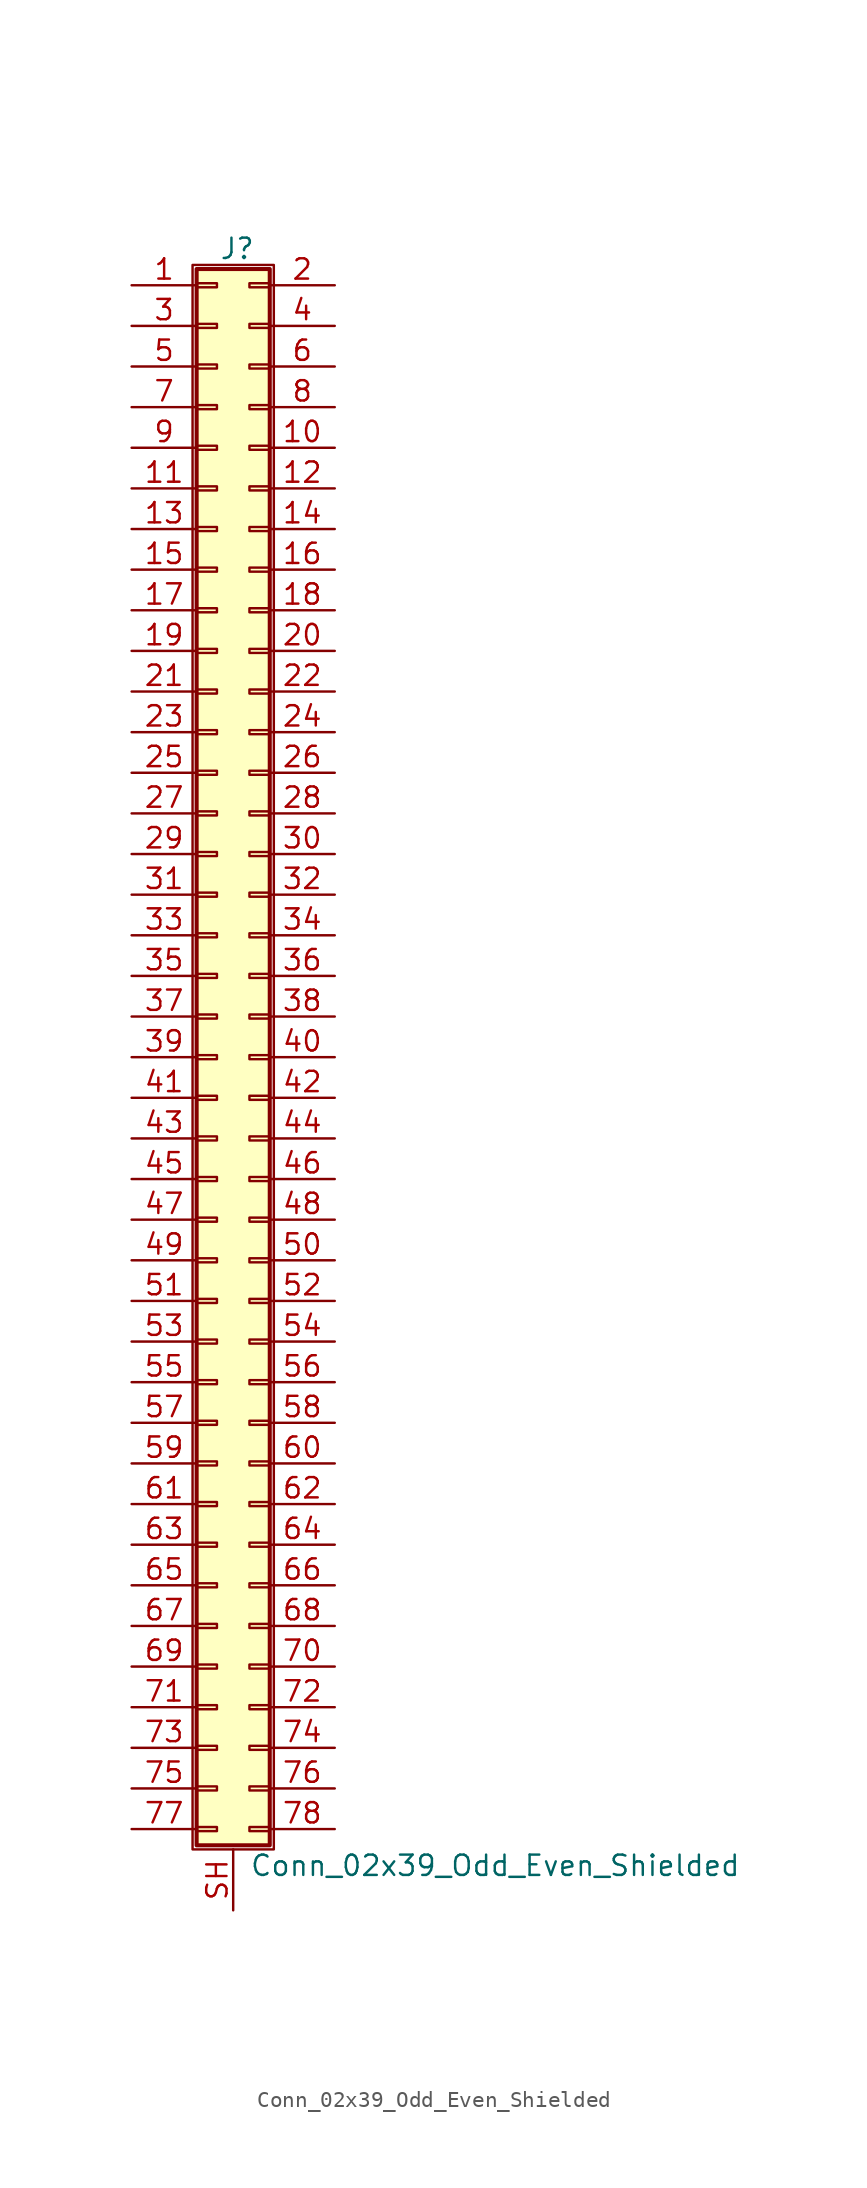
<source format=kicad_sym>
(kicad_symbol_lib
  (version 20201005)
  (generator kicad_symbol_editor)
  (symbol "Conn_02x39_Odd_Even_Shielded"
    (pin_names
      (offset 1.016) hide)
    (property "Reference" "J"
      (at 1.524 50.546 0)
      (effects (font (size 1.27 1.27))))
    (property "Value" "Conn_02x39_Odd_Even_Shielded"
      (at 2.286 -50.546 0)
      (effects (font (size 1.27 1.27)) (justify left)))
    (symbol "Conn_02x39_Odd_Even_Shielded_1_1"
      (rectangle (start -1.27 49.53) (end 3.81 -49.53) (stroke (width 0.152)) (fill (type none)))
      (rectangle (start -1.016 -48.133) (end 0.254 -48.387) (stroke (width 0.152)) (fill (type none)))
      (rectangle (start -1.016 -45.593) (end 0.254 -45.847) (stroke (width 0.152)) (fill (type none)))
      (rectangle (start -1.016 -43.053) (end 0.254 -43.307) (stroke (width 0.152)) (fill (type none)))
      (rectangle (start -1.016 -40.513) (end 0.254 -40.767) (stroke (width 0.152)) (fill (type none)))
      (rectangle (start -1.016 -37.973) (end 0.254 -38.227) (stroke (width 0.152)) (fill (type none)))
      (rectangle (start -1.016 -35.433) (end 0.254 -35.687) (stroke (width 0.152)) (fill (type none)))
      (rectangle (start -1.016 -32.893) (end 0.254 -33.147) (stroke (width 0.152)) (fill (type none)))
      (rectangle (start -1.016 -30.353) (end 0.254 -30.607) (stroke (width 0.152)) (fill (type none)))
      (rectangle (start -1.016 -27.813) (end 0.254 -28.067) (stroke (width 0.152)) (fill (type none)))
      (rectangle (start -1.016 -25.273) (end 0.254 -25.527) (stroke (width 0.152)) (fill (type none)))
      (rectangle (start -1.016 -22.733) (end 0.254 -22.987) (stroke (width 0.152)) (fill (type none)))
      (rectangle (start -1.016 -20.193) (end 0.254 -20.447) (stroke (width 0.152)) (fill (type none)))
      (rectangle (start -1.016 -17.653) (end 0.254 -17.907) (stroke (width 0.152)) (fill (type none)))
      (rectangle (start -1.016 -15.113) (end 0.254 -15.367) (stroke (width 0.152)) (fill (type none)))
      (rectangle (start -1.016 -12.573) (end 0.254 -12.827) (stroke (width 0.152)) (fill (type none)))
      (rectangle (start -1.016 -10.033) (end 0.254 -10.287) (stroke (width 0.152)) (fill (type none)))
      (rectangle (start -1.016 -7.493) (end 0.254 -7.747) (stroke (width 0.152)) (fill (type none)))
      (rectangle (start -1.016 -4.953) (end 0.254 -5.207) (stroke (width 0.152)) (fill (type none)))
      (rectangle (start -1.016 -2.413) (end 0.254 -2.667) (stroke (width 0.152)) (fill (type none)))
      (rectangle (start -1.016 0.127) (end 0.254 -0.127) (stroke (width 0.152)) (fill (type none)))
      (rectangle (start -1.016 2.667) (end 0.254 2.413) (stroke (width 0.152)) (fill (type none)))
      (rectangle (start -1.016 5.207) (end 0.254 4.953) (stroke (width 0.152)) (fill (type none)))
      (rectangle (start -1.016 7.747) (end 0.254 7.493) (stroke (width 0.152)) (fill (type none)))
      (rectangle (start -1.016 10.287) (end 0.254 10.033) (stroke (width 0.152)) (fill (type none)))
      (rectangle (start -1.016 12.827) (end 0.254 12.573) (stroke (width 0.152)) (fill (type none)))
      (rectangle (start -1.016 15.367) (end 0.254 15.113) (stroke (width 0.152)) (fill (type none)))
      (rectangle (start -1.016 17.907) (end 0.254 17.653) (stroke (width 0.152)) (fill (type none)))
      (rectangle (start -1.016 20.447) (end 0.254 20.193) (stroke (width 0.152)) (fill (type none)))
      (rectangle (start -1.016 22.987) (end 0.254 22.733) (stroke (width 0.152)) (fill (type none)))
      (rectangle (start -1.016 25.527) (end 0.254 25.273) (stroke (width 0.152)) (fill (type none)))
      (rectangle (start -1.016 28.067) (end 0.254 27.813) (stroke (width 0.152)) (fill (type none)))
      (rectangle (start -1.016 30.607) (end 0.254 30.353) (stroke (width 0.152)) (fill (type none)))
      (rectangle (start -1.016 33.147) (end 0.254 32.893) (stroke (width 0.152)) (fill (type none)))
      (rectangle (start -1.016 35.687) (end 0.254 35.433) (stroke (width 0.152)) (fill (type none)))
      (rectangle (start -1.016 38.227) (end 0.254 37.973) (stroke (width 0.152)) (fill (type none)))
      (rectangle (start -1.016 40.767) (end 0.254 40.513) (stroke (width 0.152)) (fill (type none)))
      (rectangle (start -1.016 43.307) (end 0.254 43.053) (stroke (width 0.152)) (fill (type none)))
      (rectangle (start -1.016 45.847) (end 0.254 45.593) (stroke (width 0.152)) (fill (type none)))
      (rectangle (start -1.016 48.387) (end 0.254 48.133) (stroke (width 0.152)) (fill (type none)))
      (rectangle (start -1.016 49.276) (end 3.556 -49.276) (stroke (width 0.254)) (fill (type background)))
      (rectangle (start 3.556 -48.133) (end 2.286 -48.387) (stroke (width 0.152)) (fill (type none)))
      (rectangle (start 3.556 -45.593) (end 2.286 -45.847) (stroke (width 0.152)) (fill (type none)))
      (rectangle (start 3.556 -43.053) (end 2.286 -43.307) (stroke (width 0.152)) (fill (type none)))
      (rectangle (start 3.556 -40.513) (end 2.286 -40.767) (stroke (width 0.152)) (fill (type none)))
      (rectangle (start 3.556 -37.973) (end 2.286 -38.227) (stroke (width 0.152)) (fill (type none)))
      (rectangle (start 3.556 -35.433) (end 2.286 -35.687) (stroke (width 0.152)) (fill (type none)))
      (rectangle (start 3.556 -32.893) (end 2.286 -33.147) (stroke (width 0.152)) (fill (type none)))
      (rectangle (start 3.556 -30.353) (end 2.286 -30.607) (stroke (width 0.152)) (fill (type none)))
      (rectangle (start 3.556 -27.813) (end 2.286 -28.067) (stroke (width 0.152)) (fill (type none)))
      (rectangle (start 3.556 -25.273) (end 2.286 -25.527) (stroke (width 0.152)) (fill (type none)))
      (rectangle (start 3.556 -22.733) (end 2.286 -22.987) (stroke (width 0.152)) (fill (type none)))
      (rectangle (start 3.556 -20.193) (end 2.286 -20.447) (stroke (width 0.152)) (fill (type none)))
      (rectangle (start 3.556 -17.653) (end 2.286 -17.907) (stroke (width 0.152)) (fill (type none)))
      (rectangle (start 3.556 -15.113) (end 2.286 -15.367) (stroke (width 0.152)) (fill (type none)))
      (rectangle (start 3.556 -12.573) (end 2.286 -12.827) (stroke (width 0.152)) (fill (type none)))
      (rectangle (start 3.556 -10.033) (end 2.286 -10.287) (stroke (width 0.152)) (fill (type none)))
      (rectangle (start 3.556 -7.493) (end 2.286 -7.747) (stroke (width 0.152)) (fill (type none)))
      (rectangle (start 3.556 -4.953) (end 2.286 -5.207) (stroke (width 0.152)) (fill (type none)))
      (rectangle (start 3.556 -2.413) (end 2.286 -2.667) (stroke (width 0.152)) (fill (type none)))
      (rectangle (start 3.556 0.127) (end 2.286 -0.127) (stroke (width 0.152)) (fill (type none)))
      (rectangle (start 3.556 2.667) (end 2.286 2.413) (stroke (width 0.152)) (fill (type none)))
      (rectangle (start 3.556 5.207) (end 2.286 4.953) (stroke (width 0.152)) (fill (type none)))
      (rectangle (start 3.556 7.747) (end 2.286 7.493) (stroke (width 0.152)) (fill (type none)))
      (rectangle (start 3.556 10.287) (end 2.286 10.033) (stroke (width 0.152)) (fill (type none)))
      (rectangle (start 3.556 12.827) (end 2.286 12.573) (stroke (width 0.152)) (fill (type none)))
      (rectangle (start 3.556 15.367) (end 2.286 15.113) (stroke (width 0.152)) (fill (type none)))
      (rectangle (start 3.556 17.907) (end 2.286 17.653) (stroke (width 0.152)) (fill (type none)))
      (rectangle (start 3.556 20.447) (end 2.286 20.193) (stroke (width 0.152)) (fill (type none)))
      (rectangle (start 3.556 22.987) (end 2.286 22.733) (stroke (width 0.152)) (fill (type none)))
      (rectangle (start 3.556 25.527) (end 2.286 25.273) (stroke (width 0.152)) (fill (type none)))
      (rectangle (start 3.556 28.067) (end 2.286 27.813) (stroke (width 0.152)) (fill (type none)))
      (rectangle (start 3.556 30.607) (end 2.286 30.353) (stroke (width 0.152)) (fill (type none)))
      (rectangle (start 3.556 33.147) (end 2.286 32.893) (stroke (width 0.152)) (fill (type none)))
      (rectangle (start 3.556 35.687) (end 2.286 35.433) (stroke (width 0.152)) (fill (type none)))
      (rectangle (start 3.556 38.227) (end 2.286 37.973) (stroke (width 0.152)) (fill (type none)))
      (rectangle (start 3.556 40.767) (end 2.286 40.513) (stroke (width 0.152)) (fill (type none)))
      (rectangle (start 3.556 43.307) (end 2.286 43.053) (stroke (width 0.152)) (fill (type none)))
      (rectangle (start 3.556 45.847) (end 2.286 45.593) (stroke (width 0.152)) (fill (type none)))
      (rectangle (start 3.556 48.387) (end 2.286 48.133) (stroke (width 0.152)) (fill (type none)))
      (pin passive line (at -5.08 48.26 0) (length 4.064) (name "Pin_1" (effects (font (size 1.27 1.27)))) (number "1" (effects (font (size 1.27 1.27)))))
      (pin passive line (at 7.62 38.1 180) (length 4.064) (name "Pin_10" (effects (font (size 1.27 1.27)))) (number "10" (effects (font (size 1.27 1.27)))))
      (pin passive line (at -5.08 35.56 0) (length 4.064) (name "Pin_11" (effects (font (size 1.27 1.27)))) (number "11" (effects (font (size 1.27 1.27)))))
      (pin passive line (at 7.62 35.56 180) (length 4.064) (name "Pin_12" (effects (font (size 1.27 1.27)))) (number "12" (effects (font (size 1.27 1.27)))))
      (pin passive line (at -5.08 33.02 0) (length 4.064) (name "Pin_13" (effects (font (size 1.27 1.27)))) (number "13" (effects (font (size 1.27 1.27)))))
      (pin passive line (at 7.62 33.02 180) (length 4.064) (name "Pin_14" (effects (font (size 1.27 1.27)))) (number "14" (effects (font (size 1.27 1.27)))))
      (pin passive line (at -5.08 30.48 0) (length 4.064) (name "Pin_15" (effects (font (size 1.27 1.27)))) (number "15" (effects (font (size 1.27 1.27)))))
      (pin passive line (at 7.62 30.48 180) (length 4.064) (name "Pin_16" (effects (font (size 1.27 1.27)))) (number "16" (effects (font (size 1.27 1.27)))))
      (pin passive line (at -5.08 27.94 0) (length 4.064) (name "Pin_17" (effects (font (size 1.27 1.27)))) (number "17" (effects (font (size 1.27 1.27)))))
      (pin passive line (at 7.62 27.94 180) (length 4.064) (name "Pin_18" (effects (font (size 1.27 1.27)))) (number "18" (effects (font (size 1.27 1.27)))))
      (pin passive line (at -5.08 25.4 0) (length 4.064) (name "Pin_19" (effects (font (size 1.27 1.27)))) (number "19" (effects (font (size 1.27 1.27)))))
      (pin passive line (at 7.62 48.26 180) (length 4.064) (name "Pin_2" (effects (font (size 1.27 1.27)))) (number "2" (effects (font (size 1.27 1.27)))))
      (pin passive line (at 7.62 25.4 180) (length 4.064) (name "Pin_20" (effects (font (size 1.27 1.27)))) (number "20" (effects (font (size 1.27 1.27)))))
      (pin passive line (at -5.08 22.86 0) (length 4.064) (name "Pin_21" (effects (font (size 1.27 1.27)))) (number "21" (effects (font (size 1.27 1.27)))))
      (pin passive line (at 7.62 22.86 180) (length 4.064) (name "Pin_22" (effects (font (size 1.27 1.27)))) (number "22" (effects (font (size 1.27 1.27)))))
      (pin passive line (at -5.08 20.32 0) (length 4.064) (name "Pin_23" (effects (font (size 1.27 1.27)))) (number "23" (effects (font (size 1.27 1.27)))))
      (pin passive line (at 7.62 20.32 180) (length 4.064) (name "Pin_24" (effects (font (size 1.27 1.27)))) (number "24" (effects (font (size 1.27 1.27)))))
      (pin passive line (at -5.08 17.78 0) (length 4.064) (name "Pin_25" (effects (font (size 1.27 1.27)))) (number "25" (effects (font (size 1.27 1.27)))))
      (pin passive line (at 7.62 17.78 180) (length 4.064) (name "Pin_26" (effects (font (size 1.27 1.27)))) (number "26" (effects (font (size 1.27 1.27)))))
      (pin passive line (at -5.08 15.24 0) (length 4.064) (name "Pin_27" (effects (font (size 1.27 1.27)))) (number "27" (effects (font (size 1.27 1.27)))))
      (pin passive line (at 7.62 15.24 180) (length 4.064) (name "Pin_28" (effects (font (size 1.27 1.27)))) (number "28" (effects (font (size 1.27 1.27)))))
      (pin passive line (at -5.08 12.7 0) (length 4.064) (name "Pin_29" (effects (font (size 1.27 1.27)))) (number "29" (effects (font (size 1.27 1.27)))))
      (pin passive line (at -5.08 45.72 0) (length 4.064) (name "Pin_3" (effects (font (size 1.27 1.27)))) (number "3" (effects (font (size 1.27 1.27)))))
      (pin passive line (at 7.62 12.7 180) (length 4.064) (name "Pin_30" (effects (font (size 1.27 1.27)))) (number "30" (effects (font (size 1.27 1.27)))))
      (pin passive line (at -5.08 10.16 0) (length 4.064) (name "Pin_31" (effects (font (size 1.27 1.27)))) (number "31" (effects (font (size 1.27 1.27)))))
      (pin passive line (at 7.62 10.16 180) (length 4.064) (name "Pin_32" (effects (font (size 1.27 1.27)))) (number "32" (effects (font (size 1.27 1.27)))))
      (pin passive line (at -5.08 7.62 0) (length 4.064) (name "Pin_33" (effects (font (size 1.27 1.27)))) (number "33" (effects (font (size 1.27 1.27)))))
      (pin passive line (at 7.62 7.62 180) (length 4.064) (name "Pin_34" (effects (font (size 1.27 1.27)))) (number "34" (effects (font (size 1.27 1.27)))))
      (pin passive line (at -5.08 5.08 0) (length 4.064) (name "Pin_35" (effects (font (size 1.27 1.27)))) (number "35" (effects (font (size 1.27 1.27)))))
      (pin passive line (at 7.62 5.08 180) (length 4.064) (name "Pin_36" (effects (font (size 1.27 1.27)))) (number "36" (effects (font (size 1.27 1.27)))))
      (pin passive line (at -5.08 2.54 0) (length 4.064) (name "Pin_37" (effects (font (size 1.27 1.27)))) (number "37" (effects (font (size 1.27 1.27)))))
      (pin passive line (at 7.62 2.54 180) (length 4.064) (name "Pin_38" (effects (font (size 1.27 1.27)))) (number "38" (effects (font (size 1.27 1.27)))))
      (pin passive line (at -5.08 0 0) (length 4.064) (name "Pin_39" (effects (font (size 1.27 1.27)))) (number "39" (effects (font (size 1.27 1.27)))))
      (pin passive line (at 7.62 45.72 180) (length 4.064) (name "Pin_4" (effects (font (size 1.27 1.27)))) (number "4" (effects (font (size 1.27 1.27)))))
      (pin passive line (at 7.62 0 180) (length 4.064) (name "Pin_40" (effects (font (size 1.27 1.27)))) (number "40" (effects (font (size 1.27 1.27)))))
      (pin passive line (at -5.08 -2.54 0) (length 4.064) (name "Pin_41" (effects (font (size 1.27 1.27)))) (number "41" (effects (font (size 1.27 1.27)))))
      (pin passive line (at 7.62 -2.54 180) (length 4.064) (name "Pin_42" (effects (font (size 1.27 1.27)))) (number "42" (effects (font (size 1.27 1.27)))))
      (pin passive line (at -5.08 -5.08 0) (length 4.064) (name "Pin_43" (effects (font (size 1.27 1.27)))) (number "43" (effects (font (size 1.27 1.27)))))
      (pin passive line (at 7.62 -5.08 180) (length 4.064) (name "Pin_44" (effects (font (size 1.27 1.27)))) (number "44" (effects (font (size 1.27 1.27)))))
      (pin passive line (at -5.08 -7.62 0) (length 4.064) (name "Pin_45" (effects (font (size 1.27 1.27)))) (number "45" (effects (font (size 1.27 1.27)))))
      (pin passive line (at 7.62 -7.62 180) (length 4.064) (name "Pin_46" (effects (font (size 1.27 1.27)))) (number "46" (effects (font (size 1.27 1.27)))))
      (pin passive line (at -5.08 -10.16 0) (length 4.064) (name "Pin_47" (effects (font (size 1.27 1.27)))) (number "47" (effects (font (size 1.27 1.27)))))
      (pin passive line (at 7.62 -10.16 180) (length 4.064) (name "Pin_48" (effects (font (size 1.27 1.27)))) (number "48" (effects (font (size 1.27 1.27)))))
      (pin passive line (at -5.08 -12.7 0) (length 4.064) (name "Pin_49" (effects (font (size 1.27 1.27)))) (number "49" (effects (font (size 1.27 1.27)))))
      (pin passive line (at -5.08 43.18 0) (length 4.064) (name "Pin_5" (effects (font (size 1.27 1.27)))) (number "5" (effects (font (size 1.27 1.27)))))
      (pin passive line (at 7.62 -12.7 180) (length 4.064) (name "Pin_50" (effects (font (size 1.27 1.27)))) (number "50" (effects (font (size 1.27 1.27)))))
      (pin passive line (at -5.08 -15.24 0) (length 4.064) (name "Pin_51" (effects (font (size 1.27 1.27)))) (number "51" (effects (font (size 1.27 1.27)))))
      (pin passive line (at 7.62 -15.24 180) (length 4.064) (name "Pin_52" (effects (font (size 1.27 1.27)))) (number "52" (effects (font (size 1.27 1.27)))))
      (pin passive line (at -5.08 -17.78 0) (length 4.064) (name "Pin_53" (effects (font (size 1.27 1.27)))) (number "53" (effects (font (size 1.27 1.27)))))
      (pin passive line (at 7.62 -17.78 180) (length 4.064) (name "Pin_54" (effects (font (size 1.27 1.27)))) (number "54" (effects (font (size 1.27 1.27)))))
      (pin passive line (at -5.08 -20.32 0) (length 4.064) (name "Pin_55" (effects (font (size 1.27 1.27)))) (number "55" (effects (font (size 1.27 1.27)))))
      (pin passive line (at 7.62 -20.32 180) (length 4.064) (name "Pin_56" (effects (font (size 1.27 1.27)))) (number "56" (effects (font (size 1.27 1.27)))))
      (pin passive line (at -5.08 -22.86 0) (length 4.064) (name "Pin_57" (effects (font (size 1.27 1.27)))) (number "57" (effects (font (size 1.27 1.27)))))
      (pin passive line (at 7.62 -22.86 180) (length 4.064) (name "Pin_58" (effects (font (size 1.27 1.27)))) (number "58" (effects (font (size 1.27 1.27)))))
      (pin passive line (at -5.08 -25.4 0) (length 4.064) (name "Pin_59" (effects (font (size 1.27 1.27)))) (number "59" (effects (font (size 1.27 1.27)))))
      (pin passive line (at 7.62 43.18 180) (length 4.064) (name "Pin_6" (effects (font (size 1.27 1.27)))) (number "6" (effects (font (size 1.27 1.27)))))
      (pin passive line (at 7.62 -25.4 180) (length 4.064) (name "Pin_60" (effects (font (size 1.27 1.27)))) (number "60" (effects (font (size 1.27 1.27)))))
      (pin passive line (at -5.08 -27.94 0) (length 4.064) (name "Pin_61" (effects (font (size 1.27 1.27)))) (number "61" (effects (font (size 1.27 1.27)))))
      (pin passive line (at 7.62 -27.94 180) (length 4.064) (name "Pin_62" (effects (font (size 1.27 1.27)))) (number "62" (effects (font (size 1.27 1.27)))))
      (pin passive line (at -5.08 -30.48 0) (length 4.064) (name "Pin_63" (effects (font (size 1.27 1.27)))) (number "63" (effects (font (size 1.27 1.27)))))
      (pin passive line (at 7.62 -30.48 180) (length 4.064) (name "Pin_64" (effects (font (size 1.27 1.27)))) (number "64" (effects (font (size 1.27 1.27)))))
      (pin passive line (at -5.08 -33.02 0) (length 4.064) (name "Pin_65" (effects (font (size 1.27 1.27)))) (number "65" (effects (font (size 1.27 1.27)))))
      (pin passive line (at 7.62 -33.02 180) (length 4.064) (name "Pin_66" (effects (font (size 1.27 1.27)))) (number "66" (effects (font (size 1.27 1.27)))))
      (pin passive line (at -5.08 -35.56 0) (length 4.064) (name "Pin_67" (effects (font (size 1.27 1.27)))) (number "67" (effects (font (size 1.27 1.27)))))
      (pin passive line (at 7.62 -35.56 180) (length 4.064) (name "Pin_68" (effects (font (size 1.27 1.27)))) (number "68" (effects (font (size 1.27 1.27)))))
      (pin passive line (at -5.08 -38.1 0) (length 4.064) (name "Pin_69" (effects (font (size 1.27 1.27)))) (number "69" (effects (font (size 1.27 1.27)))))
      (pin passive line (at -5.08 40.64 0) (length 4.064) (name "Pin_7" (effects (font (size 1.27 1.27)))) (number "7" (effects (font (size 1.27 1.27)))))
      (pin passive line (at 7.62 -38.1 180) (length 4.064) (name "Pin_70" (effects (font (size 1.27 1.27)))) (number "70" (effects (font (size 1.27 1.27)))))
      (pin passive line (at -5.08 -40.64 0) (length 4.064) (name "Pin_71" (effects (font (size 1.27 1.27)))) (number "71" (effects (font (size 1.27 1.27)))))
      (pin passive line (at 7.62 -40.64 180) (length 4.064) (name "Pin_72" (effects (font (size 1.27 1.27)))) (number "72" (effects (font (size 1.27 1.27)))))
      (pin passive line (at -5.08 -43.18 0) (length 4.064) (name "Pin_73" (effects (font (size 1.27 1.27)))) (number "73" (effects (font (size 1.27 1.27)))))
      (pin passive line (at 7.62 -43.18 180) (length 4.064) (name "Pin_74" (effects (font (size 1.27 1.27)))) (number "74" (effects (font (size 1.27 1.27)))))
      (pin passive line (at -5.08 -45.72 0) (length 4.064) (name "Pin_75" (effects (font (size 1.27 1.27)))) (number "75" (effects (font (size 1.27 1.27)))))
      (pin passive line (at 7.62 -45.72 180) (length 4.064) (name "Pin_76" (effects (font (size 1.27 1.27)))) (number "76" (effects (font (size 1.27 1.27)))))
      (pin passive line (at -5.08 -48.26 0) (length 4.064) (name "Pin_77" (effects (font (size 1.27 1.27)))) (number "77" (effects (font (size 1.27 1.27)))))
      (pin passive line (at 7.62 -48.26 180) (length 4.064) (name "Pin_78" (effects (font (size 1.27 1.27)))) (number "78" (effects (font (size 1.27 1.27)))))
      (pin passive line (at 7.62 40.64 180) (length 4.064) (name "Pin_8" (effects (font (size 1.27 1.27)))) (number "8" (effects (font (size 1.27 1.27)))))
      (pin passive line (at -5.08 38.1 0) (length 4.064) (name "Pin_9" (effects (font (size 1.27 1.27)))) (number "9" (effects (font (size 1.27 1.27)))))
      (pin passive line (at 1.27 -53.34 90) (length 3.81) (name "Shield" (effects (font (size 1.27 1.27)))) (number "SH" (effects (font (size 1.27 1.27))))))))
</source>
